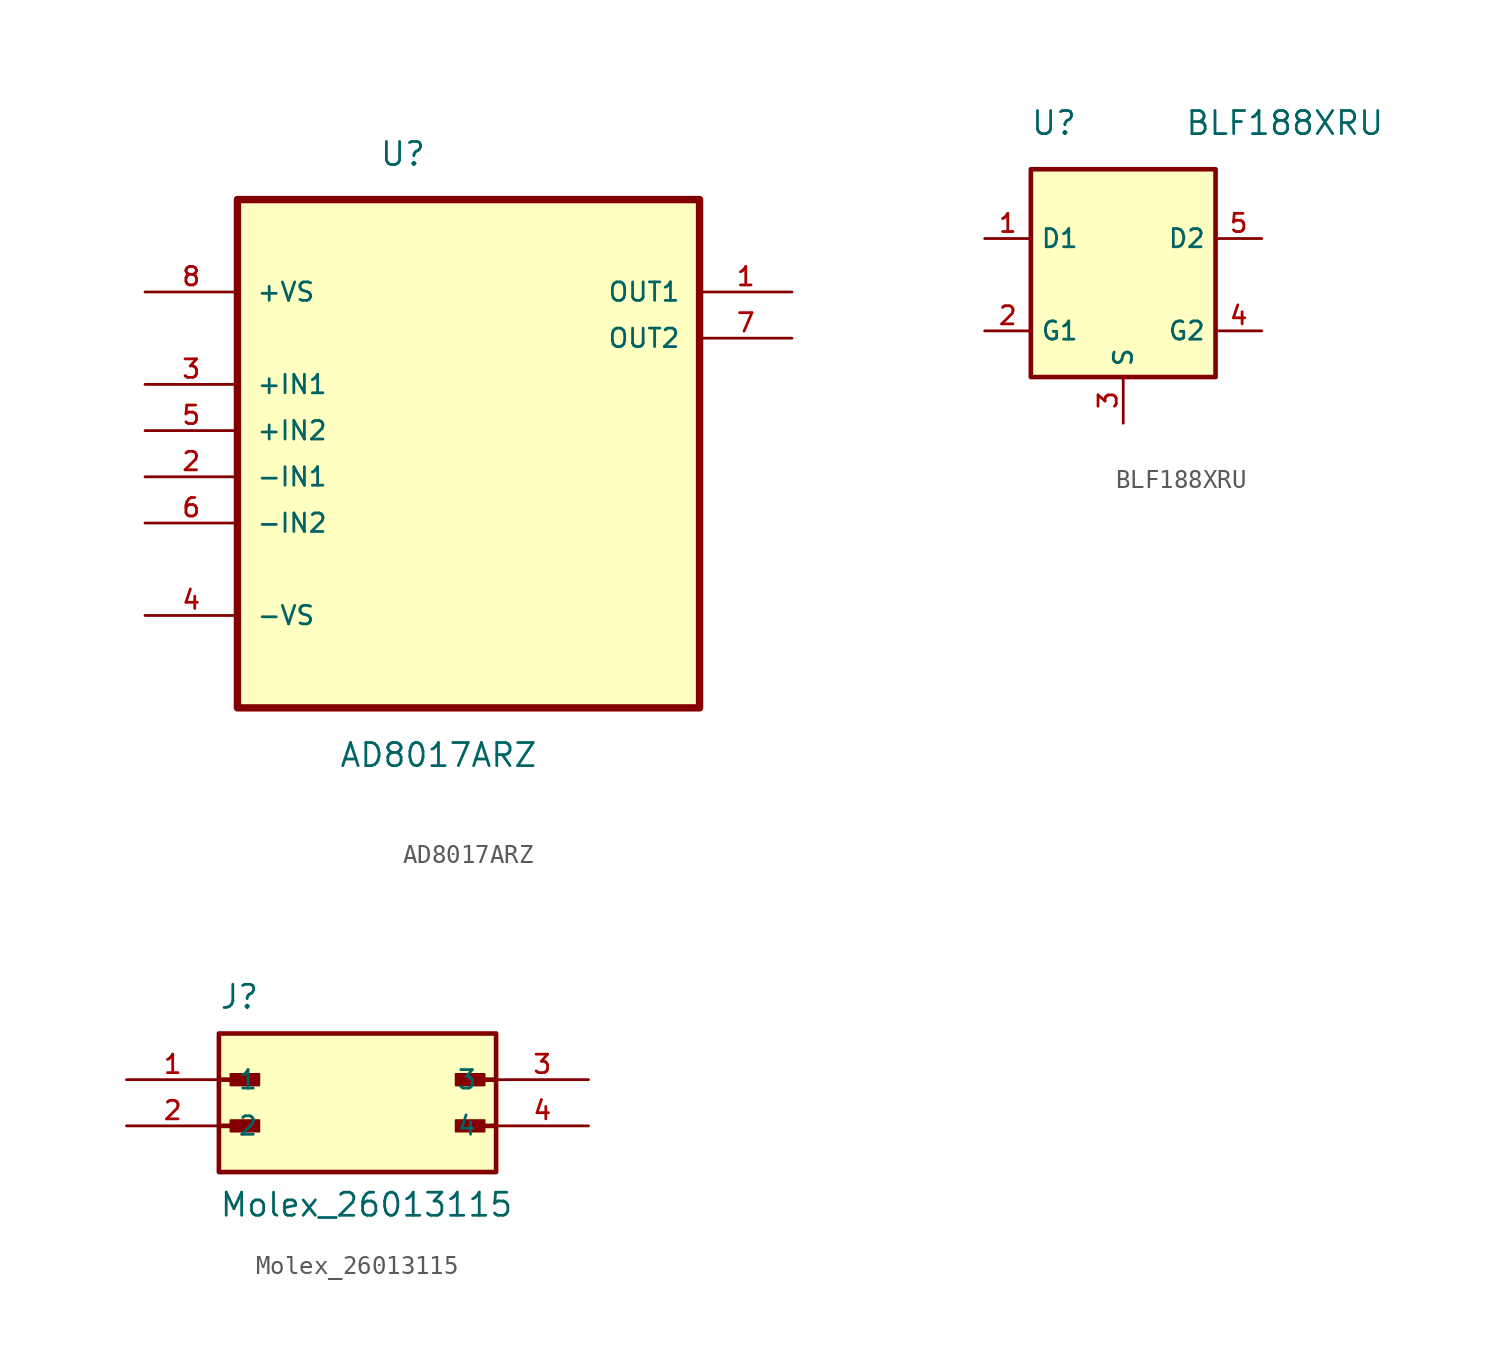
<source format=kicad_sym>
(kicad_symbol_lib
  (version 20231120)
  (generator "kicad_symbol_editor")
  (generator_version "8.0")
  (symbol "AD8017ARZ"
    (pin_names
      (offset 1.016))
    (property "Reference" "U"
      (at -4.916 11.921 0)
      (effects (font (size 1.27 1.27)) (justify left bottom)))
    (property "Value" "AD8017ARZ"
      (at -7.133 -21.118 0)
      (effects (font (size 1.27 1.27)) (justify left bottom)))
    (symbol "AD8017ARZ_0_0"
      (rectangle (start -12.7 10.16) (end 12.7 -17.78) (stroke (width 0.406) (type default)) (fill (type background)))
      (pin output line (at 17.78 5.08 180) (length 5.08) (name "OUT1" (effects (font (size 1.016 1.016)))) (number "1" (effects (font (size 1.016 1.016)))))
      (pin input line (at -17.78 -5.08 0) (length 5.08) (name "-IN1" (effects (font (size 1.016 1.016)))) (number "2" (effects (font (size 1.016 1.016)))))
      (pin input line (at -17.78 0 0) (length 5.08) (name "+IN1" (effects (font (size 1.016 1.016)))) (number "3" (effects (font (size 1.016 1.016)))))
      (pin power_in line (at -17.78 -12.7 0) (length 5.08) (name "-VS" (effects (font (size 1.016 1.016)))) (number "4" (effects (font (size 1.016 1.016)))))
      (pin input line (at -17.78 -2.54 0) (length 5.08) (name "+IN2" (effects (font (size 1.016 1.016)))) (number "5" (effects (font (size 1.016 1.016)))))
      (pin input line (at -17.78 -7.62 0) (length 5.08) (name "-IN2" (effects (font (size 1.016 1.016)))) (number "6" (effects (font (size 1.016 1.016)))))
      (pin output line (at 17.78 2.54 180) (length 5.08) (name "OUT2" (effects (font (size 1.016 1.016)))) (number "7" (effects (font (size 1.016 1.016)))))
      (pin power_in line (at -17.78 5.08 0) (length 5.08) (name "+VS" (effects (font (size 1.016 1.016)))) (number "8" (effects (font (size 1.016 1.016)))))))
  (symbol "BLF188XRU"
    (property "Reference" "U"
      (at -3.81 8.89 0)
      (effects (font (size 1.27 1.27))))
    (property "Value" "BLF188XRU"
      (at 8.89 8.89 0)
      (effects (font (size 1.27 1.27))))
    (symbol "BLF188XRU_0_1"
      (rectangle (start -5.08 6.35) (end 5.08 -5.08) (stroke (width 0.254) (type default)) (fill (type background))))
    (symbol "BLF188XRU_1_1"
      (pin input line (at -7.62 2.54 0) (length 2.54) (name "D1" (effects (font (size 1 1)))) (number "1" (effects (font (size 1 1)))))
      (pin input line (at -7.62 -2.54 0) (length 2.54) (name "G1" (effects (font (size 1 1)))) (number "2" (effects (font (size 1 1)))))
      (pin power_in line (at 0 -7.62 90) (length 2.54) (name "S" (effects (font (size 1 1)))) (number "3" (effects (font (size 1 1)))))
      (pin input line (at 7.62 -2.54 180) (length 2.54) (name "G2" (effects (font (size 1 1)))) (number "4" (effects (font (size 1 1)))))
      (pin output line (at 7.62 2.54 180) (length 2.54) (name "D2" (effects (font (size 1 1)))) (number "5" (effects (font (size 1 1)))))))
  (symbol "Molex_26013115"
    (pin_names
      (offset 1.016))
    (property "Reference" "J"
      (at -7.62 3.81 0)
      (effects (font (size 1.27 1.27)) (justify left bottom)))
    (property "Value" "Molex_26013115"
      (at -7.62 -7.62 0)
      (effects (font (size 1.27 1.27)) (justify left bottom)))
    (symbol "Molex_26013115_0_0"
      (rectangle (start -7.62 2.54) (end 7.62 -5.08) (stroke (width 0.254) (type default)) (fill (type background)))
      (rectangle (start -6.985 -2.857) (end -5.397 -2.223) (stroke (width 0.1) (type default)) (fill (type outline)))
      (rectangle (start -6.985 -0.318) (end -5.397 0.318) (stroke (width 0.1) (type default)) (fill (type outline)))
      (polyline (pts (xy -7.62 -2.54) (xy -5.715 -2.54)) (stroke (width 0.254) (type default)) (fill (type none)))
      (polyline (pts (xy -7.62 0) (xy -5.715 0)) (stroke (width 0.254) (type default)) (fill (type none)))
      (polyline (pts (xy 7.62 -2.54) (xy 5.715 -2.54)) (stroke (width 0.254) (type default)) (fill (type none)))
      (polyline (pts (xy 7.62 0) (xy 5.715 0)) (stroke (width 0.254) (type default)) (fill (type none)))
      (rectangle (start 5.397 -2.857) (end 6.985 -2.223) (stroke (width 0.1) (type default)) (fill (type outline)))
      (rectangle (start 5.397 -0.318) (end 6.985 0.318) (stroke (width 0.1) (type default)) (fill (type outline)))
      (pin passive line (at -12.7 0 0) (length 5.08) (name "1" (effects (font (size 1.016 1.016)))) (number "1" (effects (font (size 1.016 1.016)))))
      (pin passive line (at -12.7 -2.54 0) (length 5.08) (name "2" (effects (font (size 1.016 1.016)))) (number "2" (effects (font (size 1.016 1.016)))))
      (pin passive line (at 12.7 0 180) (length 5.08) (name "3" (effects (font (size 1.016 1.016)))) (number "3" (effects (font (size 1.016 1.016)))))
      (pin passive line (at 12.7 -2.54 180) (length 5.08) (name "4" (effects (font (size 1.016 1.016)))) (number "4" (effects (font (size 1.016 1.016))))))))
</source>
